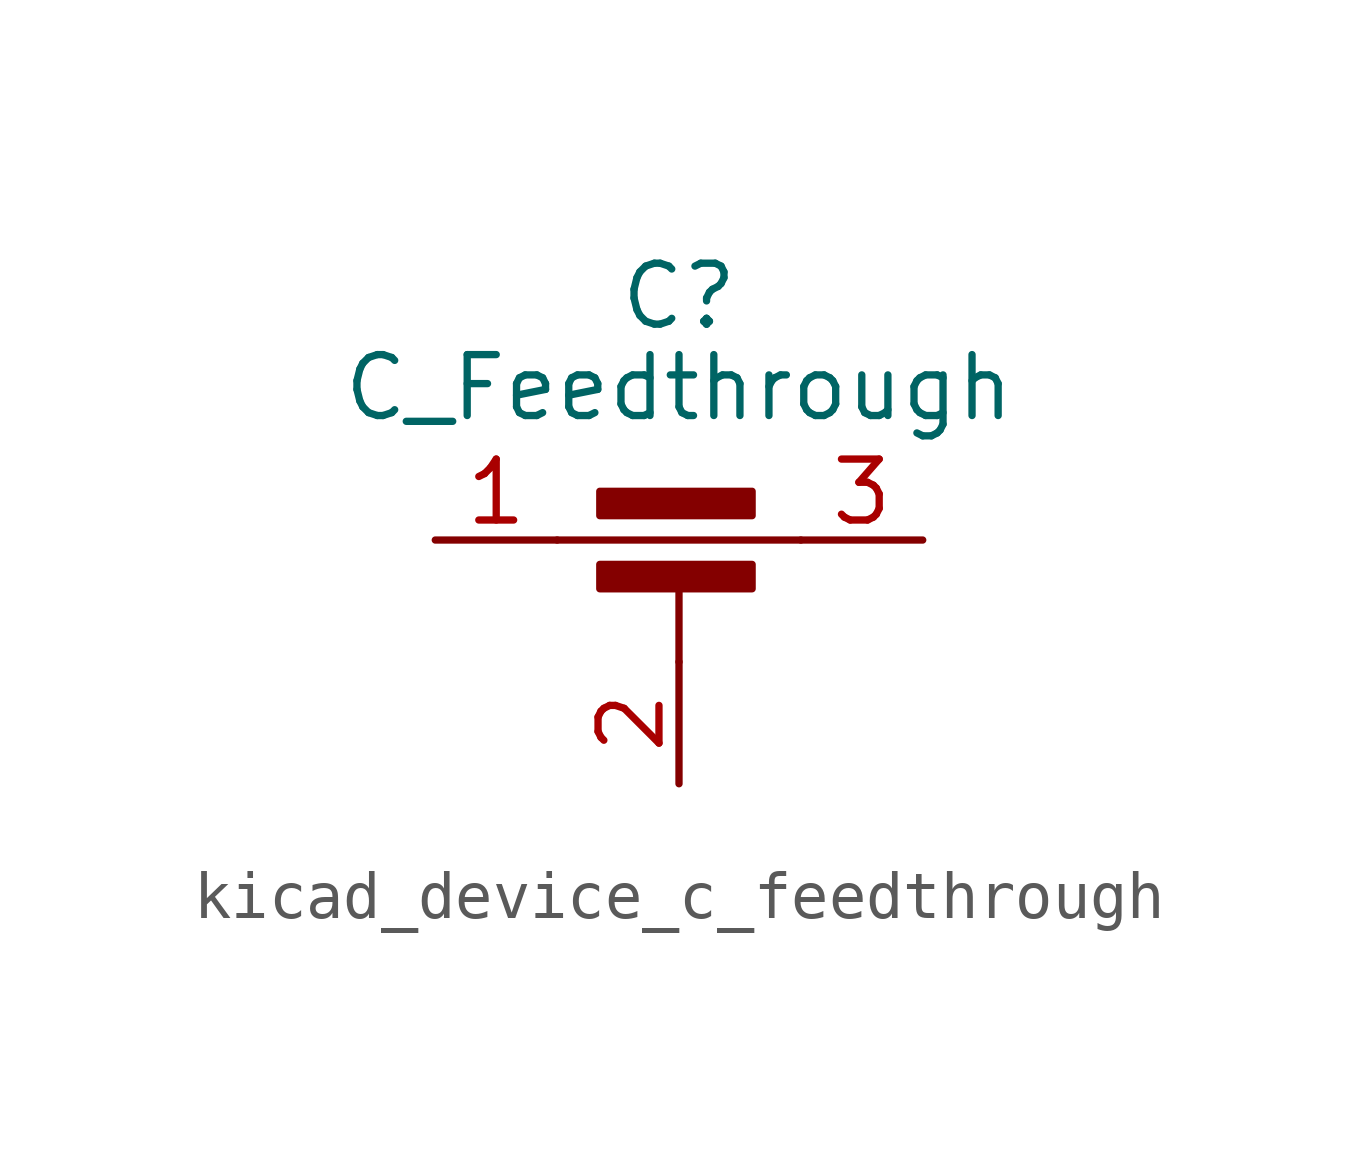
<source format=kicad_sym>
(kicad_symbol_lib
  (version 20220914)
  (generator kicad_symbol_editor)
  (symbol "kicad_device_c_feedthrough"
    (pin_names
      (offset 0.254) hide)
    (property "Reference" "C"
      (at 0 7.62 0)
      (effects (font (size 1.27 1.27))))
    (property "Value" "C_Feedthrough"
      (at 0 5.715 0)
      (effects (font (size 1.27 1.27))))
    (symbol "kicad_device_c_feedthrough_0_1"
      (rectangle (start -1.651 1.524) (end 1.524 2.032) (stroke (width 0) (type default)) (fill (type outline)))
      (polyline (pts (xy -2.54 2.54) (xy 2.54 2.54)) (stroke (width 0) (type default)) (fill (type none)))
      (polyline (pts (xy 0 0) (xy 0 1.778)) (stroke (width 0) (type default)) (fill (type none)))
      (rectangle (start 1.524 3.048) (end -1.651 3.556) (stroke (width 0) (type default)) (fill (type outline))))
    (symbol "kicad_device_c_feedthrough_1_1"
      (pin passive line (at -5.08 2.54 0) (length 2.54) (name "1" (effects (font (size 1.27 1.27)))) (number "1" (effects (font (size 1.27 1.27)))))
      (pin passive line (at 0 -2.54 90) (length 2.54) (name "2" (effects (font (size 1.27 1.27)))) (number "2" (effects (font (size 1.27 1.27)))))
      (pin passive line (at 5.08 2.54 180) (length 2.54) (name "3" (effects (font (size 1.27 1.27)))) (number "3" (effects (font (size 1.27 1.27))))))))
</source>
